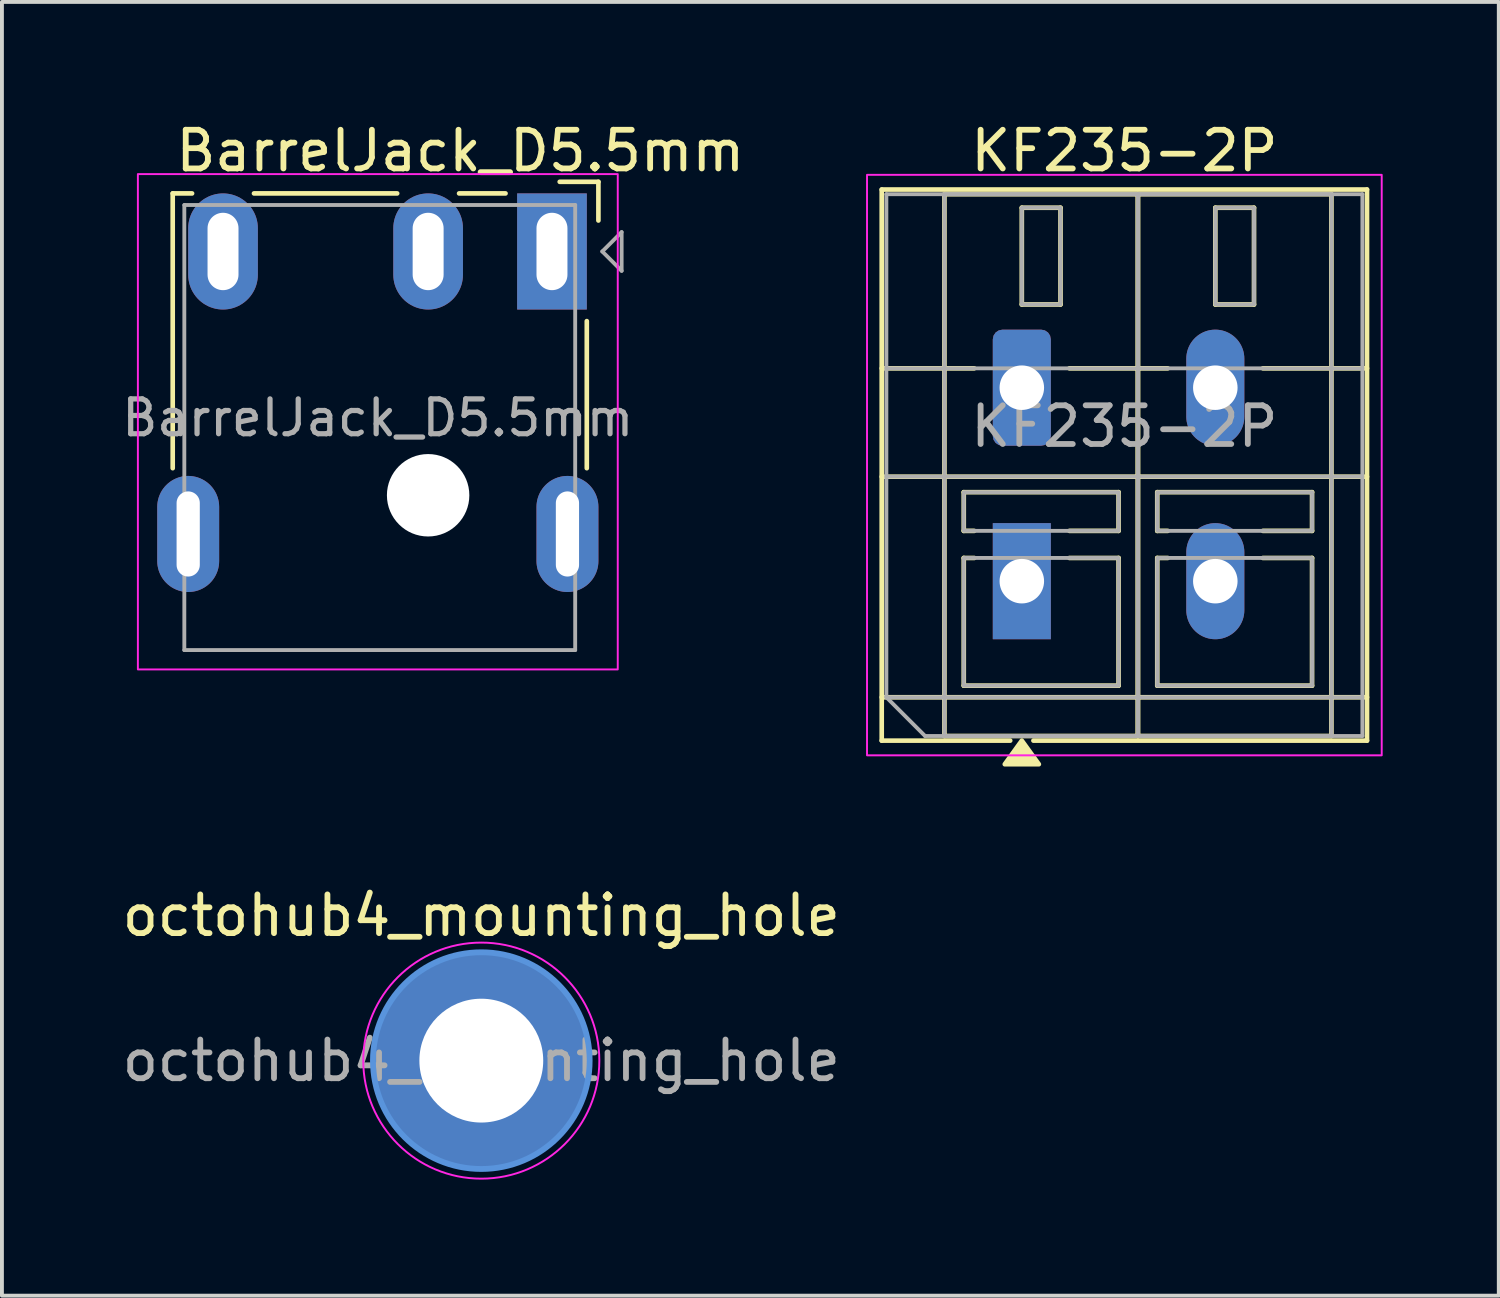
<source format=kicad_pcb>
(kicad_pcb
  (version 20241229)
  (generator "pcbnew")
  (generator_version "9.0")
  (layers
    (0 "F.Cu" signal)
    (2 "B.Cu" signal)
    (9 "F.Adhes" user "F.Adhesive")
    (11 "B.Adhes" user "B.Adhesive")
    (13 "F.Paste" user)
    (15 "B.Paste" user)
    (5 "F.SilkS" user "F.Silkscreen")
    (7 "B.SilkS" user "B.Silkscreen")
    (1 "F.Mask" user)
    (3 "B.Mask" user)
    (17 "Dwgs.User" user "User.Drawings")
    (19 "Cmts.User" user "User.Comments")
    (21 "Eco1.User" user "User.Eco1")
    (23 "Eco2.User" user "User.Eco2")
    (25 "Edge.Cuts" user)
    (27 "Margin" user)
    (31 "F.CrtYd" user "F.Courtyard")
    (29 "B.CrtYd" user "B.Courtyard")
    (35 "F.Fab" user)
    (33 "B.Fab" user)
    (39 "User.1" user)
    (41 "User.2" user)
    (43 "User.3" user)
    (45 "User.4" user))
  (footprint "octohub4_mounting_hole"
    (layer "F.Cu")
    (at 9.387 24.357)
    (property "Reference" "octohub4_mounting_hole" (at 0 -3.75 0) (layer "F.SilkS") (effects (font (size 1 1) (thickness 0.15))))
    (attr exclude_from_pos_files exclude_from_bom)
    (fp_circle (center 0 0) (end 2.8 0) (stroke (width 0.15) (type solid)) (fill no) (layer "Cmts.User"))
    (fp_circle (center 0 0) (end 3.05 0) (stroke (width 0.05) (type solid)) (fill no) (layer "F.CrtYd"))
    (fp_text user "${REFERENCE}" (at 0 0 0) (layer "F.Fab") (effects (font (size 1 1) (thickness 0.15))))
    (pad "1" thru_hole circle (at 0 0) (size 5.6 5.6) (drill 3.2) (layers "*.Cu" "*.Mask")))
  (footprint "BarrelJack_D5.5mm"
    (layer "F.Cu")
    (at 11.213 3.448)
    (property "Reference" "BarrelJack_D5.5mm" (at -9.8 -2.6 0) (layer "F.SilkS") (effects (font (size 1 1) (thickness 0.15)) (justify left)))
    (attr through_hole)
    (fp_line (start -9.8 5.6) (end -9.8 -1.5) (stroke (width 0.12) (type default)) (layer "F.SilkS"))
    (fp_line (start -9.3 -1.5) (end -9.8 -1.5) (stroke (width 0.12) (type default)) (layer "F.SilkS"))
    (fp_line (start -4 -1.5) (end -7.7 -1.5) (stroke (width 0.12) (type default)) (layer "F.SilkS"))
    (fp_line (start -1.2 -1.5) (end -2.4 -1.5) (stroke (width 0.12) (type default)) (layer "F.SilkS"))
    (fp_line (start 0.9 5.6) (end 0.9 1.8) (stroke (width 0.12) (type default)) (layer "F.SilkS"))
    (fp_line (start 1.2 -1.8) (end 0.2 -1.8) (stroke (width 0.12) (type default)) (layer "F.SilkS"))
    (fp_line (start 1.2 -1.8) (end 1.2 -0.8) (stroke (width 0.12) (type default)) (layer "F.SilkS"))
    (fp_rect (start -10.7 -2) (end 1.7 10.8) (stroke (width 0.05) (type default)) (fill no) (layer "F.CrtYd"))
    (fp_line (start -9.5 -1.2) (end 0.6 -1.2) (stroke (width 0.1) (type default)) (layer "F.Fab"))
    (fp_line (start -9.5 10.3) (end -9.5 -1.2) (stroke (width 0.1) (type default)) (layer "F.Fab"))
    (fp_line (start 0.6 -1.2) (end 0.6 10.3) (stroke (width 0.1) (type default)) (layer "F.Fab"))
    (fp_line (start 0.6 10.3) (end -9.5 10.3) (stroke (width 0.1) (type default)) (layer "F.Fab"))
    (fp_line (start 1.3 0) (end 1.8 -0.5) (stroke (width 0.1) (type default)) (layer "F.Fab"))
    (fp_line (start 1.3 0) (end 1.8 0.5) (stroke (width 0.1) (type default)) (layer "F.Fab"))
    (fp_line (start 1.8 -0.5) (end 1.8 0.5) (stroke (width 0.1) (type default)) (layer "F.Fab"))
    (fp_text user "${REFERENCE}" (at -4.5 4.3 0) (layer "F.Fab") (effects (font (size 0.9 0.9) (thickness 0.135))))
    (pad "" np_thru_hole circle (at -3.2 6.3 180) (size 2.13 2.13) (drill 2.13) (layers "*.Cu" "*.Mask"))
    (pad "1" thru_hole rect (at 0 0 180) (size 1.8 3) (drill oval 0.8 2) (layers "*.Cu" "*.Mask"))
    (pad "2" thru_hole oval (at -8.5 0 180) (size 1.8 3) (drill oval 0.8 2) (layers "*.Cu" "*.Mask"))
    (pad "3" thru_hole oval (at -3.2 0 180) (size 1.8 3) (drill oval 0.8 2) (layers "*.Cu" "*.Mask"))
    (pad "SH" thru_hole oval (at -9.4 7.3 180) (size 1.6 3) (drill oval 0.6 2.2) (layers "*.Cu" "*.Mask"))
    (pad "SH" thru_hole oval (at 0.4 7.3 180) (size 1.6 3) (drill oval 0.6 2.2) (layers "*.Cu" "*.Mask")))
  (footprint "KF235-2P"
    (layer "F.Cu")
    (at 23.354 6.968)
    (property "Reference" "KF235-2P" (at 2.65 -6.12 0) (layer "F.SilkS") (effects (font (size 1 1) (thickness 0.15))))
    (attr through_hole)
    (fp_line (start -3.62 -5.12) (end 8.92 -5.12) (stroke (width 0.12) (type solid)) (layer "F.SilkS"))
    (fp_line (start -3.62 -0.5) (end -1.23 -0.5) (stroke (width 0.12) (type solid)) (layer "F.SilkS"))
    (fp_line (start -3.62 2.3) (end 8.92 2.3) (stroke (width 0.12) (type solid)) (layer "F.SilkS"))
    (fp_line (start -3.62 8) (end 8.92 8) (stroke (width 0.12) (type solid)) (layer "F.SilkS"))
    (fp_line (start -3.62 9.12) (end -3.62 -5.12) (stroke (width 0.12) (type solid)) (layer "F.SilkS"))
    (fp_line (start -2 -5) (end 3 -5) (stroke (width 0.12) (type solid)) (layer "F.SilkS"))
    (fp_line (start -2 9) (end -2 -5) (stroke (width 0.12) (type solid)) (layer "F.SilkS"))
    (fp_line (start -1.5 2.7) (end 2.5 2.7) (stroke (width 0.12) (type solid)) (layer "F.SilkS"))
    (fp_line (start -1.5 3.7) (end -1.5 2.7) (stroke (width 0.12) (type solid)) (layer "F.SilkS"))
    (fp_line (start -1.5 4.4) (end -1.23 4.4) (stroke (width 0.12) (type solid)) (layer "F.SilkS"))
    (fp_line (start -1.5 7.7) (end -1.5 4.4) (stroke (width 0.12) (type solid)) (layer "F.SilkS"))
    (fp_line (start -1.23 3.7) (end -1.5 3.7) (stroke (width 0.12) (type solid)) (layer "F.SilkS"))
    (fp_line (start -0.3 9.12) (end -3.62 9.12) (stroke (width 0.12) (type solid)) (layer "F.SilkS"))
    (fp_line (start 0 -4.65) (end 1 -4.65) (stroke (width 0.12) (type solid)) (layer "F.SilkS"))
    (fp_line (start 0 -2.15) (end 0 -4.65) (stroke (width 0.12) (type solid)) (layer "F.SilkS"))
    (fp_line (start 1 -4.65) (end 1 -2.15) (stroke (width 0.12) (type solid)) (layer "F.SilkS"))
    (fp_line (start 1 -2.15) (end 0 -2.15) (stroke (width 0.12) (type solid)) (layer "F.SilkS"))
    (fp_line (start 1.23 -0.5) (end 3.77 -0.5) (stroke (width 0.12) (type solid)) (layer "F.SilkS"))
    (fp_line (start 1.23 4.4) (end 2.5 4.4) (stroke (width 0.12) (type solid)) (layer "F.SilkS"))
    (fp_line (start 2.5 2.7) (end 2.5 3.7) (stroke (width 0.12) (type solid)) (layer "F.SilkS"))
    (fp_line (start 2.5 3.7) (end 1.23 3.7) (stroke (width 0.12) (type solid)) (layer "F.SilkS"))
    (fp_line (start 2.5 4.4) (end 2.5 7.7) (stroke (width 0.12) (type solid)) (layer "F.SilkS"))
    (fp_line (start 2.5 7.7) (end -1.5 7.7) (stroke (width 0.12) (type solid)) (layer "F.SilkS"))
    (fp_line (start 3 -5) (end 3 9) (stroke (width 0.12) (type solid)) (layer "F.SilkS"))
    (fp_line (start 3 -5) (end 8 -5) (stroke (width 0.12) (type solid)) (layer "F.SilkS"))
    (fp_line (start 3 9) (end -2 9) (stroke (width 0.12) (type solid)) (layer "F.SilkS"))
    (fp_line (start 3 9) (end 3 -5) (stroke (width 0.12) (type solid)) (layer "F.SilkS"))
    (fp_line (start 3.5 2.7) (end 7.5 2.7) (stroke (width 0.12) (type solid)) (layer "F.SilkS"))
    (fp_line (start 3.5 3.7) (end 3.5 2.7) (stroke (width 0.12) (type solid)) (layer "F.SilkS"))
    (fp_line (start 3.5 4.4) (end 3.77 4.4) (stroke (width 0.12) (type solid)) (layer "F.SilkS"))
    (fp_line (start 3.5 7.7) (end 3.5 4.4) (stroke (width 0.12) (type solid)) (layer "F.SilkS"))
    (fp_line (start 3.77 3.7) (end 3.5 3.7) (stroke (width 0.12) (type solid)) (layer "F.SilkS"))
    (fp_line (start 5 -4.65) (end 6 -4.65) (stroke (width 0.12) (type solid)) (layer "F.SilkS"))
    (fp_line (start 5 -2.15) (end 5 -4.65) (stroke (width 0.12) (type solid)) (layer "F.SilkS"))
    (fp_line (start 6 -4.65) (end 6 -2.15) (stroke (width 0.12) (type solid)) (layer "F.SilkS"))
    (fp_line (start 6 -2.15) (end 5 -2.15) (stroke (width 0.12) (type solid)) (layer "F.SilkS"))
    (fp_line (start 6.23 -0.5) (end 8.92 -0.5) (stroke (width 0.12) (type solid)) (layer "F.SilkS"))
    (fp_line (start 6.23 4.4) (end 7.5 4.4) (stroke (width 0.12) (type solid)) (layer "F.SilkS"))
    (fp_line (start 7.5 2.7) (end 7.5 3.7) (stroke (width 0.12) (type solid)) (layer "F.SilkS"))
    (fp_line (start 7.5 3.7) (end 6.23 3.7) (stroke (width 0.12) (type solid)) (layer "F.SilkS"))
    (fp_line (start 7.5 4.4) (end 7.5 7.7) (stroke (width 0.12) (type solid)) (layer "F.SilkS"))
    (fp_line (start 7.5 7.7) (end 3.5 7.7) (stroke (width 0.12) (type solid)) (layer "F.SilkS"))
    (fp_line (start 8 -5) (end 8 9) (stroke (width 0.12) (type solid)) (layer "F.SilkS"))
    (fp_line (start 8 9) (end 3 9) (stroke (width 0.12) (type solid)) (layer "F.SilkS"))
    (fp_line (start 8.92 -5.12) (end 8.92 9.12) (stroke (width 0.12) (type solid)) (layer "F.SilkS"))
    (fp_line (start 8.92 9.12) (end 0.3 9.12) (stroke (width 0.12) (type solid)) (layer "F.SilkS"))
    (fp_poly (pts (xy 0 9.12) (xy 0.44 9.73) (xy -0.44 9.73)) (stroke (width 0.12) (type solid)) (fill yes) (layer "F.SilkS"))
    (fp_rect (start -4 -5.5) (end 9.3 9.5) (stroke (width 0.05) (type solid)) (fill no) (layer "F.CrtYd"))
    (fp_line (start -3.5 -5) (end 8.8 -5) (stroke (width 0.1) (type solid)) (layer "F.Fab"))
    (fp_line (start -3.5 -0.5) (end 8.8 -0.5) (stroke (width 0.1) (type solid)) (layer "F.Fab"))
    (fp_line (start -3.5 2.3) (end 8.8 2.3) (stroke (width 0.1) (type solid)) (layer "F.Fab"))
    (fp_line (start -3.5 8) (end -3.5 -5) (stroke (width 0.1) (type solid)) (layer "F.Fab"))
    (fp_line (start -3.5 8) (end 8.8 8) (stroke (width 0.1) (type solid)) (layer "F.Fab"))
    (fp_line (start -2.5 9) (end -3.5 8) (stroke (width 0.1) (type solid)) (layer "F.Fab"))
    (fp_line (start 8.8 -5) (end 8.8 9) (stroke (width 0.1) (type solid)) (layer "F.Fab"))
    (fp_line (start 8.8 9) (end -2.5 9) (stroke (width 0.1) (type solid)) (layer "F.Fab"))
    (fp_rect (start -2 -5) (end 3 9) (stroke (width 0.1) (type solid)) (fill no) (layer "F.Fab"))
    (fp_rect (start -1.5 2.7) (end 2.5 3.7) (stroke (width 0.1) (type solid)) (fill no) (layer "F.Fab"))
    (fp_rect (start -1.5 4.4) (end 2.5 7.7) (stroke (width 0.1) (type solid)) (fill no) (layer "F.Fab"))
    (fp_rect (start 0 -4.65) (end 1 -2.15) (stroke (width 0.1) (type solid)) (fill no) (layer "F.Fab"))
    (fp_rect (start 3 -5) (end 8 9) (stroke (width 0.1) (type solid)) (fill no) (layer "F.Fab"))
    (fp_rect (start 3.5 2.7) (end 7.5 3.7) (stroke (width 0.1) (type solid)) (fill no) (layer "F.Fab"))
    (fp_rect (start 3.5 4.4) (end 7.5 7.7) (stroke (width 0.1) (type solid)) (fill no) (layer "F.Fab"))
    (fp_rect (start 5 -4.65) (end 6 -2.15) (stroke (width 0.1) (type solid)) (fill no) (layer "F.Fab"))
    (fp_text user "${REFERENCE}" (at 2.65 1 0) (layer "F.Fab") (effects (font (size 1 1) (thickness 0.15))))
    (pad "1" thru_hole roundrect (at 0 0) (size 1.5 3) (drill 1.15) (layers "*.Cu" "*.Mask") (roundrect_rratio 0.167))
    (pad "1" thru_hole rect (at 0 5) (size 1.5 3) (drill 1.15) (layers "*.Cu" "*.Mask"))
    (pad "2" thru_hole oval (at 5 0) (size 1.5 3) (drill 1.15) (layers "*.Cu" "*.Mask"))
    (pad "2" thru_hole oval (at 5 5) (size 1.5 3) (drill 1.15) (layers "*.Cu" "*.Mask")))
  (gr_rect
    (start -3 -3)
    (end 35.679 30.431)
    (stroke (width 0.1) (type default))
    (fill no)
    (layer "Edge.Cuts")))
</source>
